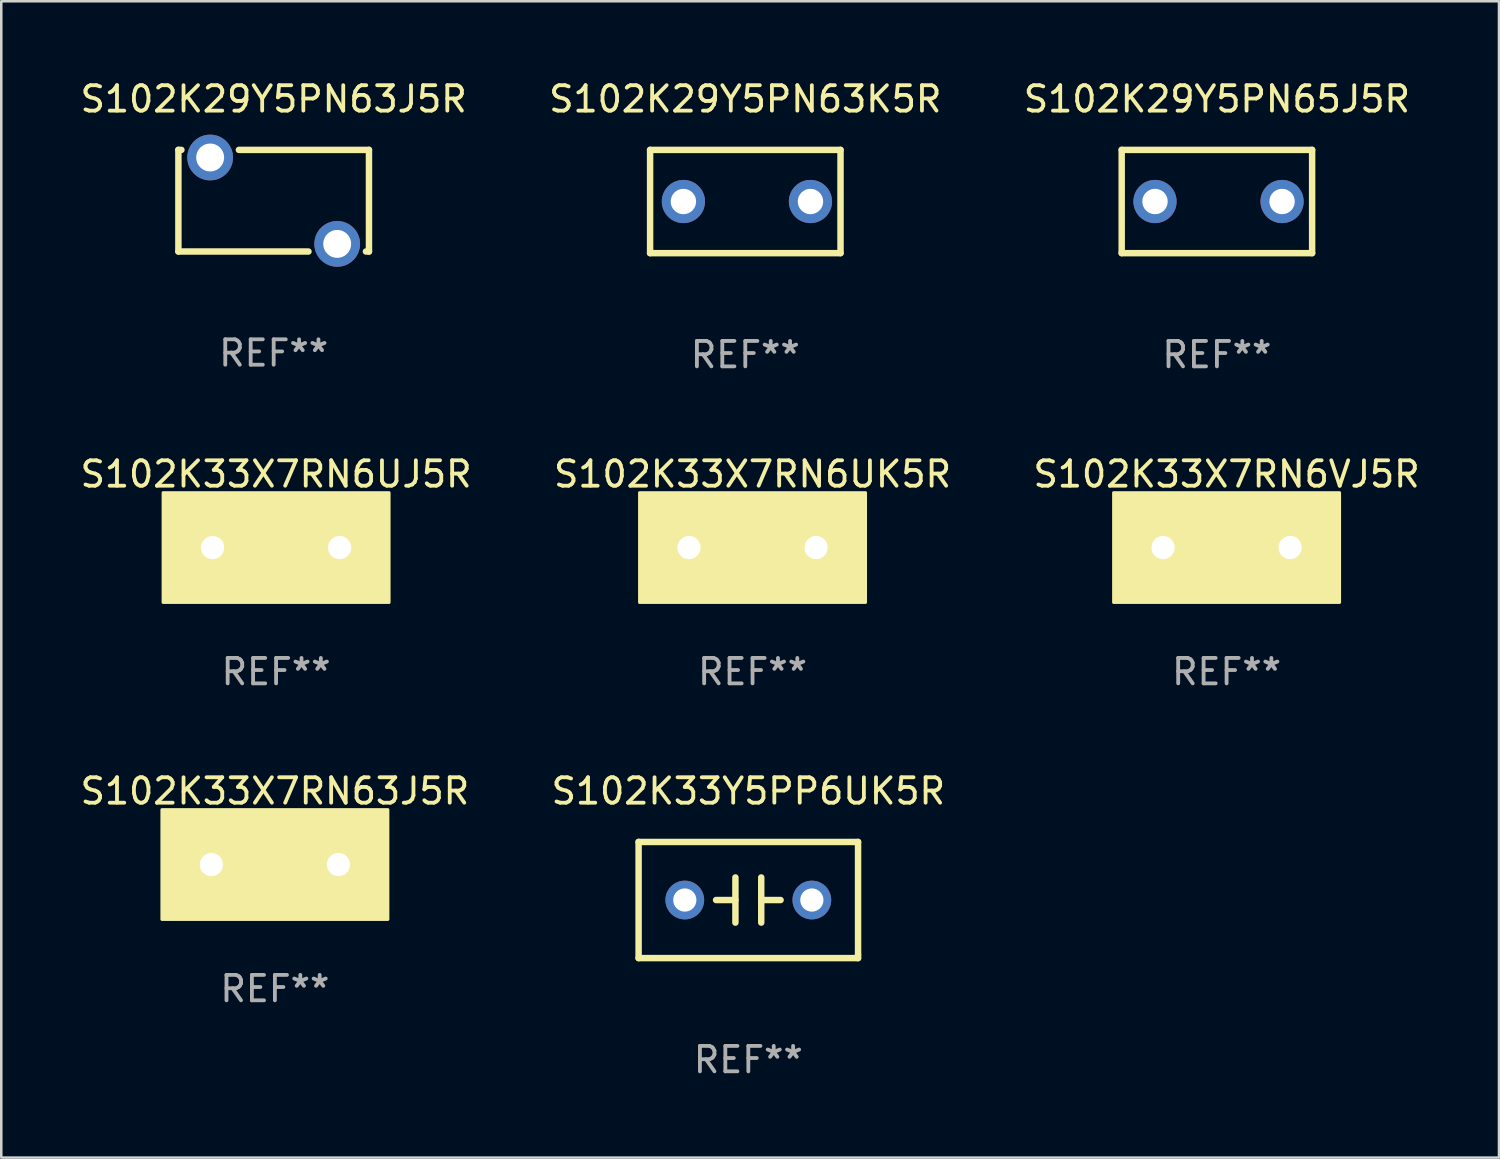
<source format=kicad_pcb>
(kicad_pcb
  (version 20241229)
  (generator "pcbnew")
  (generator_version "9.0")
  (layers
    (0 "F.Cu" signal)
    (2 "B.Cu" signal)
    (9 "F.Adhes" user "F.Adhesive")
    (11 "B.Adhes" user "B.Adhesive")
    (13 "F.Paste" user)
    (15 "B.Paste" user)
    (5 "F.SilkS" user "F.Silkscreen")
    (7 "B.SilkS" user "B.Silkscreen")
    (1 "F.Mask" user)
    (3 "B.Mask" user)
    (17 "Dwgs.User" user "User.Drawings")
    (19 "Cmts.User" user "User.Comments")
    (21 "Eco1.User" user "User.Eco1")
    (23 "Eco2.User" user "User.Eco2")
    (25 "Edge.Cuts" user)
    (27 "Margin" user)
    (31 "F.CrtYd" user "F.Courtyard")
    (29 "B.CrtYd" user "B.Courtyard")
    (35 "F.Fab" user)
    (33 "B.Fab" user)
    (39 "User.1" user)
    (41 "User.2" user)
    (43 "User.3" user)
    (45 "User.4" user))
  (footprint "S102K29Y5PN65J5R"
    (layer "F.Cu")
    (at 44.839 4.88)
    (property "Reference" "S102K29Y5PN65J5R" (at 0 -4.032 0) (layer "F.SilkS") (effects (font (size 1 1) (thickness 0.15))))
    (attr through_hole)
    (fp_line (start -3.747 -2.032) (end -3.747 2.032) (stroke (width 0.254) (type solid)) (layer "F.SilkS"))
    (fp_line (start -3.747 2.032) (end 3.747 2.032) (stroke (width 0.254) (type solid)) (layer "F.SilkS"))
    (fp_line (start 3.747 -2.032) (end -3.747 -2.032) (stroke (width 0.254) (type solid)) (layer "F.SilkS"))
    (fp_line (start 3.747 2.032) (end 3.747 -2.032) (stroke (width 0.254) (type solid)) (layer "F.SilkS"))
    (fp_circle (center -3.687 2) (end -3.657 2) (stroke (width 0.06) (type solid)) (fill no) (layer "F.SilkS"))
    (fp_text user "REF**" (at 0 6.032 0) (layer "F.Fab") (effects (font (size 1 1) (thickness 0.15))))
    (pad "1" thru_hole circle (at -2.436 0) (size 1.7 1.7) (drill 1) (layers "*.Cu" "*.Mask"))
    (pad "2" thru_hole circle (at 2.564 0) (size 1.7 1.7) (drill 1) (layers "*.Cu" "*.Mask")))
  (footprint "S102K33Y5PP6UK5R"
    (layer "F.Cu")
    (at 26.399 32.369)
    (property "Reference" "S102K33Y5PP6UK5R" (at 0 -4.286 0) (layer "F.SilkS") (effects (font (size 1 1) (thickness 0.15))))
    (attr through_hole)
    (fp_line (start -4.318 -2.286) (end 4.318 -2.286) (stroke (width 0.254) (type solid)) (layer "F.SilkS"))
    (fp_line (start -4.318 2.286) (end -4.318 -2.286) (stroke (width 0.254) (type solid)) (layer "F.SilkS"))
    (fp_line (start -0.508 0) (end -1.27 0) (stroke (width 0.254) (type solid)) (layer "F.SilkS"))
    (fp_line (start -0.508 0.889) (end -0.508 -0.889) (stroke (width 0.254) (type solid)) (layer "F.SilkS"))
    (fp_line (start 0.508 -0.889) (end 0.508 0.889) (stroke (width 0.254) (type solid)) (layer "F.SilkS"))
    (fp_line (start 0.508 0) (end 1.27 0) (stroke (width 0.254) (type solid)) (layer "F.SilkS"))
    (fp_line (start 4.318 -2.286) (end 4.318 2.159) (stroke (width 0.254) (type solid)) (layer "F.SilkS"))
    (fp_line (start 4.318 2.286) (end -4.318 2.286) (stroke (width 0.254) (type solid)) (layer "F.SilkS"))
    (fp_line (start 4.318 2.286) (end 4.318 2.159) (stroke (width 0.254) (type solid)) (layer "F.SilkS"))
    (fp_circle (center -4.25 2.25) (end -4.22 2.25) (stroke (width 0.06) (type solid)) (fill no) (layer "F.SilkS"))
    (fp_text user "REF**" (at 0 6.286 0) (layer "F.Fab") (effects (font (size 1 1) (thickness 0.15))))
    (pad "1" thru_hole circle (at -2.5 0) (size 1.524 1.524) (drill 0.914) (layers "*.Cu" "*.Mask"))
    (pad "2" thru_hole circle (at 2.5 0) (size 1.524 1.524) (drill 0.914) (layers "*.Cu" "*.Mask")))
  (footprint "S102K33X7RN6UJ5R"
    (layer "F.Cu")
    (at 7.815 18.498)
    (property "Reference" "S102K33X7RN6UJ5R" (at 0 -2.889 0) (layer "F.SilkS") (effects (font (size 1 1) (thickness 0.15))))
    (attr through_hole)
    (fp_line (start -0.508 0) (end -1.27 0) (stroke (width 0.254) (type solid)) (layer "F.SilkS"))
    (fp_line (start -0.508 0.889) (end -0.508 -0.889) (stroke (width 0.254) (type solid)) (layer "F.SilkS"))
    (fp_line (start 0.508 -0.889) (end 0.508 0.889) (stroke (width 0.254) (type solid)) (layer "F.SilkS"))
    (fp_line (start 0.508 0) (end 1.27 0) (stroke (width 0.254) (type solid)) (layer "F.SilkS"))
    (fp_circle (center -4.25 2) (end -4.22 2) (stroke (width 0.06) (type solid)) (fill no) (layer "F.SilkS"))
    (fp_poly (pts (xy -4.445 -2.159) (xy 4.445 -2.159) (xy 4.445 2.159) (xy -4.445 2.159)) (stroke (width 0.12) (type solid)) (fill yes) (layer "F.SilkS"))
    (fp_text user "REF**" (at 0 4.889 0) (layer "F.Fab") (effects (font (size 1 1) (thickness 0.15))))
    (pad "1" thru_hole circle (at -2.5 0) (size 1.524 1.524) (drill 0.914) (layers "*.Cu" "*.Mask"))
    (pad "2" thru_hole circle (at 2.5 0) (size 1.524 1.524) (drill 0.914) (layers "*.Cu" "*.Mask")))
  (footprint "S102K33X7RN6UK5R"
    (layer "F.Cu")
    (at 26.565 18.498)
    (property "Reference" "S102K33X7RN6UK5R" (at 0 -2.889 0) (layer "F.SilkS") (effects (font (size 1 1) (thickness 0.15))))
    (attr through_hole)
    (fp_line (start -0.508 0) (end -1.27 0) (stroke (width 0.254) (type solid)) (layer "F.SilkS"))
    (fp_line (start -0.508 0.889) (end -0.508 -0.889) (stroke (width 0.254) (type solid)) (layer "F.SilkS"))
    (fp_line (start 0.508 -0.889) (end 0.508 0.889) (stroke (width 0.254) (type solid)) (layer "F.SilkS"))
    (fp_line (start 0.508 0) (end 1.27 0) (stroke (width 0.254) (type solid)) (layer "F.SilkS"))
    (fp_circle (center -4.25 2) (end -4.22 2) (stroke (width 0.06) (type solid)) (fill no) (layer "F.SilkS"))
    (fp_poly (pts (xy -4.445 -2.159) (xy 4.445 -2.159) (xy 4.445 2.159) (xy -4.445 2.159)) (stroke (width 0.12) (type solid)) (fill yes) (layer "F.SilkS"))
    (fp_text user "REF**" (at 0 4.889 0) (layer "F.Fab") (effects (font (size 1 1) (thickness 0.15))))
    (pad "1" thru_hole circle (at -2.5 0) (size 1.524 1.524) (drill 0.914) (layers "*.Cu" "*.Mask"))
    (pad "2" thru_hole circle (at 2.5 0) (size 1.524 1.524) (drill 0.914) (layers "*.Cu" "*.Mask")))
  (footprint "S102K33X7RN6VJ5R"
    (layer "F.Cu")
    (at 45.22 18.498)
    (property "Reference" "S102K33X7RN6VJ5R" (at 0 -2.889 0) (layer "F.SilkS") (effects (font (size 1 1) (thickness 0.15))))
    (attr through_hole)
    (fp_line (start -0.508 0) (end -1.27 0) (stroke (width 0.254) (type solid)) (layer "F.SilkS"))
    (fp_line (start -0.508 0.889) (end -0.508 -0.889) (stroke (width 0.254) (type solid)) (layer "F.SilkS"))
    (fp_line (start 0.508 -0.889) (end 0.508 0.889) (stroke (width 0.254) (type solid)) (layer "F.SilkS"))
    (fp_line (start 0.508 0) (end 1.27 0) (stroke (width 0.254) (type solid)) (layer "F.SilkS"))
    (fp_circle (center -4.25 2) (end -4.22 2) (stroke (width 0.06) (type solid)) (fill no) (layer "F.SilkS"))
    (fp_poly (pts (xy -4.445 -2.159) (xy 4.445 -2.159) (xy 4.445 2.159) (xy -4.445 2.159)) (stroke (width 0.12) (type solid)) (fill yes) (layer "F.SilkS"))
    (fp_text user "REF**" (at 0 4.889 0) (layer "F.Fab") (effects (font (size 1 1) (thickness 0.15))))
    (pad "1" thru_hole circle (at -2.5 0) (size 1.524 1.524) (drill 0.914) (layers "*.Cu" "*.Mask"))
    (pad "2" thru_hole circle (at 2.5 0) (size 1.524 1.524) (drill 0.914) (layers "*.Cu" "*.Mask")))
  (footprint "S102K29Y5PN63J5R"
    (layer "F.Cu")
    (at 7.72 4.848)
    (property "Reference" "S102K29Y5PN63J5R" (at 0 -4 0) (layer "F.SilkS") (effects (font (size 1 1) (thickness 0.15))))
    (attr through_hole)
    (fp_line (start -3.75 -2) (end -3.631 -2) (stroke (width 0.254) (type solid)) (layer "F.SilkS"))
    (fp_line (start -3.75 2) (end -3.75 -2) (stroke (width 0.254) (type solid)) (layer "F.SilkS"))
    (fp_line (start -1.369 -2) (end 3.75 -2) (stroke (width 0.254) (type solid)) (layer "F.SilkS"))
    (fp_line (start 1.369 2) (end -3.75 2) (stroke (width 0.254) (type solid)) (layer "F.SilkS"))
    (fp_line (start 3.75 -2) (end 3.75 2) (stroke (width 0.254) (type solid)) (layer "F.SilkS"))
    (fp_line (start 3.75 2) (end 3.631 2) (stroke (width 0.254) (type solid)) (layer "F.SilkS"))
    (fp_circle (center -3.75 -2) (end -3.72 -2) (stroke (width 0.06) (type solid)) (fill no) (layer "F.SilkS"))
    (fp_text user "REF**" (at 0 6 0) (layer "F.Fab") (effects (font (size 1 1) (thickness 0.15))))
    (pad "1" thru_hole circle (at -2.5 -1.7) (size 1.8 1.8) (drill 1.1) (layers "*.Cu" "*.Mask"))
    (pad "2" thru_hole circle (at 2.5 1.7) (size 1.8 1.8) (drill 1.1) (layers "*.Cu" "*.Mask")))
  (footprint "S102K29Y5PN63K5R"
    (layer "F.Cu")
    (at 26.28 4.88)
    (property "Reference" "S102K29Y5PN63K5R" (at 0 -4.032 0) (layer "F.SilkS") (effects (font (size 1 1) (thickness 0.15))))
    (attr through_hole)
    (fp_line (start -3.747 -2.032) (end -3.747 2.032) (stroke (width 0.254) (type solid)) (layer "F.SilkS"))
    (fp_line (start -3.747 2.032) (end 3.747 2.032) (stroke (width 0.254) (type solid)) (layer "F.SilkS"))
    (fp_line (start 3.747 -2.032) (end -3.747 -2.032) (stroke (width 0.254) (type solid)) (layer "F.SilkS"))
    (fp_line (start 3.747 2.032) (end 3.747 -2.032) (stroke (width 0.254) (type solid)) (layer "F.SilkS"))
    (fp_circle (center -3.687 2) (end -3.657 2) (stroke (width 0.06) (type solid)) (fill no) (layer "F.SilkS"))
    (fp_text user "REF**" (at 0 6.032 0) (layer "F.Fab") (effects (font (size 1 1) (thickness 0.15))))
    (pad "1" thru_hole circle (at -2.436 0) (size 1.7 1.7) (drill 1) (layers "*.Cu" "*.Mask"))
    (pad "2" thru_hole circle (at 2.564 0) (size 1.7 1.7) (drill 1) (layers "*.Cu" "*.Mask")))
  (footprint "S102K33X7RN63J5R"
    (layer "F.Cu")
    (at 7.768 30.972)
    (property "Reference" "S102K33X7RN63J5R" (at 0 -2.889 0) (layer "F.SilkS") (effects (font (size 1 1) (thickness 0.15))))
    (attr through_hole)
    (fp_line (start -0.508 0) (end -1.27 0) (stroke (width 0.254) (type solid)) (layer "F.SilkS"))
    (fp_line (start -0.508 0.889) (end -0.508 -0.889) (stroke (width 0.254) (type solid)) (layer "F.SilkS"))
    (fp_line (start 0.508 -0.889) (end 0.508 0.889) (stroke (width 0.254) (type solid)) (layer "F.SilkS"))
    (fp_line (start 0.508 0) (end 1.27 0) (stroke (width 0.254) (type solid)) (layer "F.SilkS"))
    (fp_circle (center -4.25 2) (end -4.22 2) (stroke (width 0.06) (type solid)) (fill no) (layer "F.SilkS"))
    (fp_poly (pts (xy -4.445 -2.159) (xy 4.445 -2.159) (xy 4.445 2.159) (xy -4.445 2.159)) (stroke (width 0.12) (type solid)) (fill yes) (layer "F.SilkS"))
    (fp_text user "REF**" (at 0 4.889 0) (layer "F.Fab") (effects (font (size 1 1) (thickness 0.15))))
    (pad "1" thru_hole circle (at -2.5 0) (size 1.524 1.524) (drill 0.914) (layers "*.Cu" "*.Mask"))
    (pad "2" thru_hole circle (at 2.5 0) (size 1.524 1.524) (drill 0.914) (layers "*.Cu" "*.Mask")))
  (gr_rect
    (start -3 -3)
    (end 55.94 42.504)
    (stroke (width 0.1) (type default))
    (fill no)
    (layer "Edge.Cuts")))
</source>
